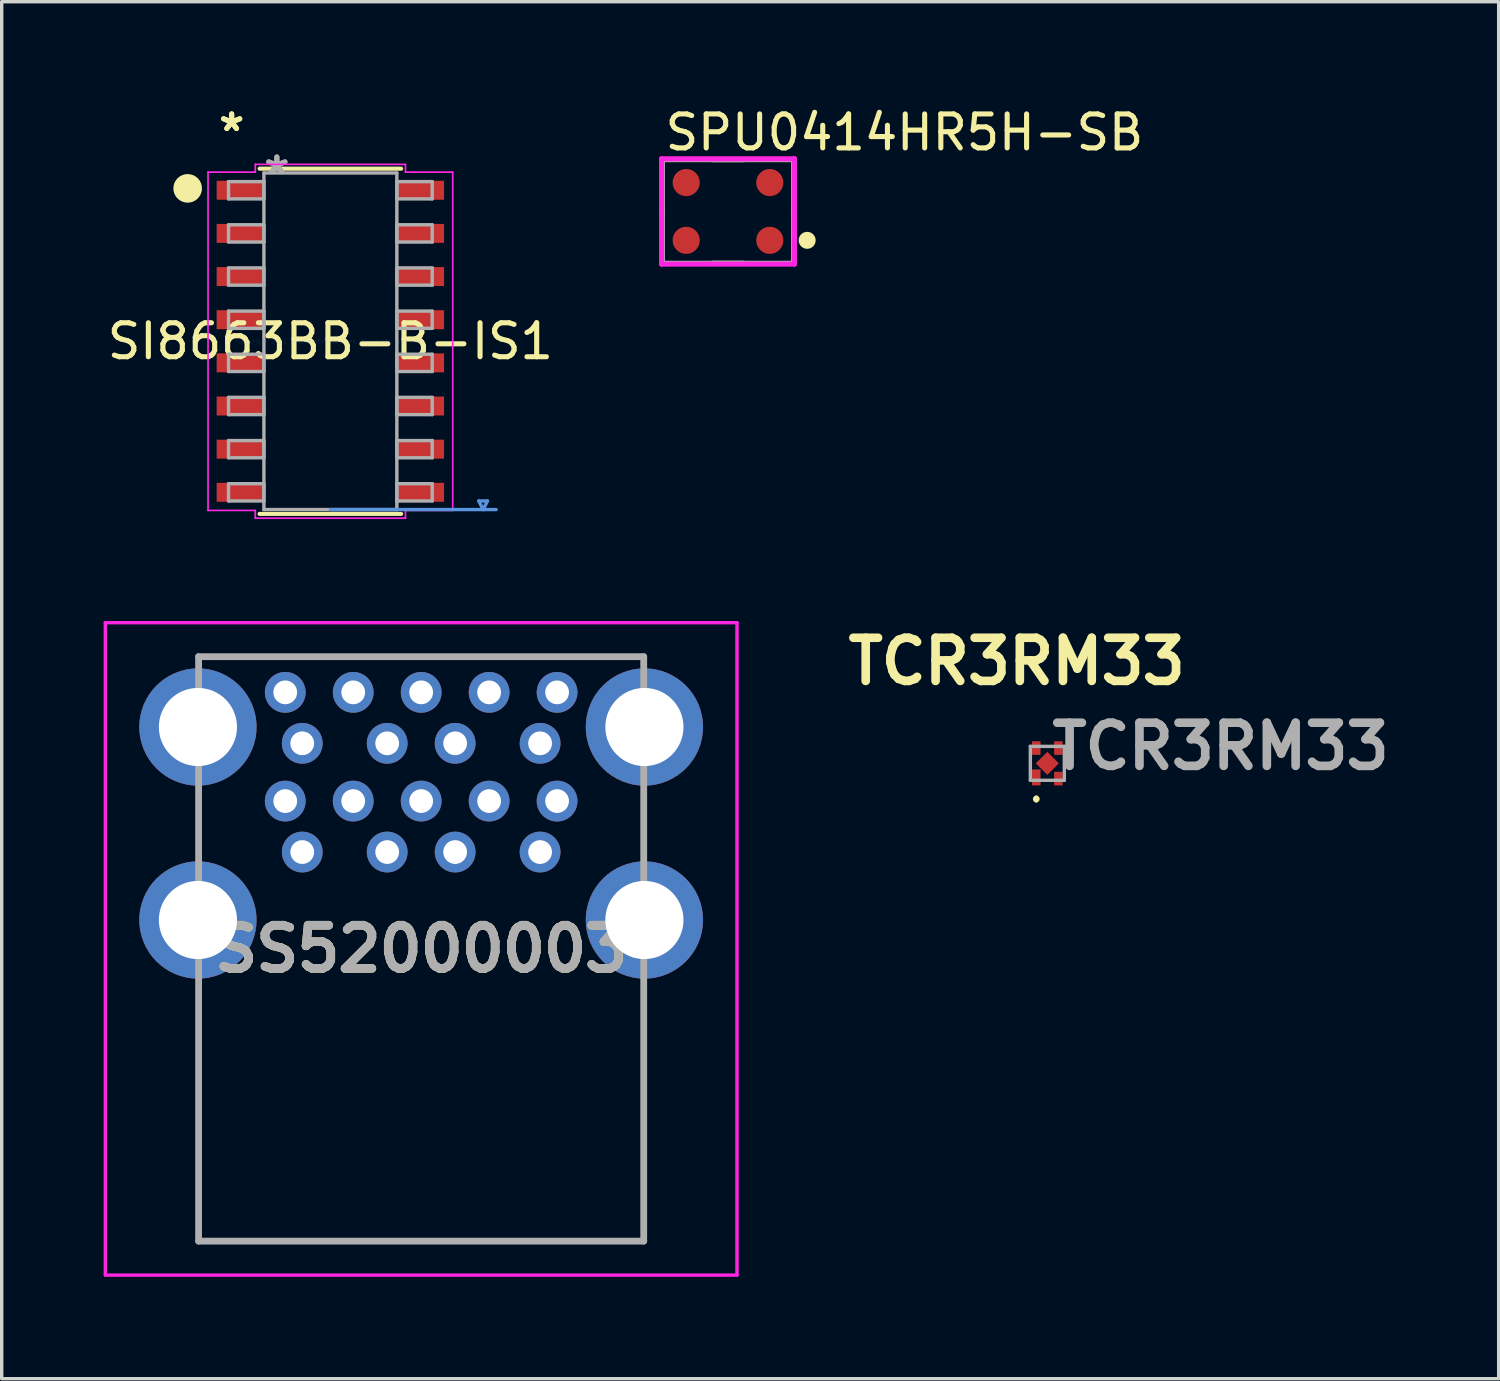
<source format=kicad_pcb>
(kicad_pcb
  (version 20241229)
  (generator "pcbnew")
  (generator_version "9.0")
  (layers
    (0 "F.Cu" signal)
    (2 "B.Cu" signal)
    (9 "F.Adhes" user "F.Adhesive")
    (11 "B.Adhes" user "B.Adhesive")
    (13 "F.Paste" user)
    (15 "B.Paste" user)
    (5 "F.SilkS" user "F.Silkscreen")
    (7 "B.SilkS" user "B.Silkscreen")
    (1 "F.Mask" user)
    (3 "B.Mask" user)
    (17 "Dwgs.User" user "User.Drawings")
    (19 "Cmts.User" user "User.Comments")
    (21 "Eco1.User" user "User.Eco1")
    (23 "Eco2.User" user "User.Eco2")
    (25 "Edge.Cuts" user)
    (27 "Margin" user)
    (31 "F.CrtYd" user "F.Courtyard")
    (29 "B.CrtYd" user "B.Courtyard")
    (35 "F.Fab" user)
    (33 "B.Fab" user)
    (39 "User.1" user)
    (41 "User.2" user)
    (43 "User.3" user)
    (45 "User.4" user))
  (footprint "TCR3RM33"
    (layer "F.Cu")
    (at 27.773 19.415)
    (property "Reference" "TCR3RM33" (at -0.9 -3 0) (layer "F.SilkS") (effects (font (size 1.27 1.27) (thickness 0.254))))
    (attr smd)
    (fp_line (start -0.325 1) (end -0.325 1) (stroke (width 0.1) (type solid)) (layer "F.SilkS"))
    (fp_line (start -0.325 1.1) (end -0.325 1.1) (stroke (width 0.1) (type solid)) (layer "F.SilkS"))
    (fp_arc (start -0.325 1) (mid -0.275 1.05) (end -0.325 1.1) (stroke (width 0.1) (type solid)) (layer "F.SilkS"))
    (fp_arc (start -0.325 1.1) (mid -0.375 1.05) (end -0.325 1) (stroke (width 0.1) (type solid)) (layer "F.SilkS"))
    (fp_line (start -0.5 -0.5) (end 0.5 -0.5) (stroke (width 0.1) (type solid)) (layer "F.Fab"))
    (fp_line (start -0.5 0.5) (end -0.5 -0.5) (stroke (width 0.1) (type solid)) (layer "F.Fab"))
    (fp_line (start 0.5 -0.5) (end 0.5 0.5) (stroke (width 0.1) (type solid)) (layer "F.Fab"))
    (fp_line (start 0.5 0.5) (end -0.5 0.5) (stroke (width 0.1) (type solid)) (layer "F.Fab"))
    (fp_text user "${REFERENCE}" (at 5.1 -0.5 0) (layer "F.Fab") (effects (font (size 1.27 1.27) (thickness 0.254))))
    (pad "1" smd rect (at -0.325 0.415) (size 0.25 0.47) (layers "F.Cu" "F.Mask" "F.Paste"))
    (pad "2" smd rect (at 0.325 0.45) (size 0.25 0.4) (layers "F.Cu" "F.Mask" "F.Paste"))
    (pad "3" smd rect (at 0.325 -0.45) (size 0.25 0.4) (layers "F.Cu" "F.Mask" "F.Paste"))
    (pad "4" smd rect (at -0.325 -0.45) (size 0.25 0.4) (layers "F.Cu" "F.Mask" "F.Paste"))
    (pad "5" smd rect (at 0 0 135) (size 0.48 0.48) (layers "F.Cu" "F.Mask" "F.Paste")))
  (footprint "SI8663BB-B-IS1"
    (layer "F.Cu")
    (at 6.673 6.994)
    (property "Reference" "SI8663BB-B-IS1" (at 0 0 0) (layer "F.SilkS") (effects (font (size 1 1) (thickness 0.15))))
    (attr through_hole)
    (fp_line (start -2.083 5.08) (end 2.083 5.08) (stroke (width 0.12) (type solid)) (layer "F.SilkS"))
    (fp_line (start 2.083 -5.08) (end -2.083 -5.08) (stroke (width 0.12) (type solid)) (layer "F.SilkS"))
    (fp_circle (center -4.2 -4.5) (end -3.839 -4.5) (stroke (width 0.12) (type solid)) (fill yes) (layer "F.SilkS"))
    (fp_line (start 0 4.953) (end 4.877 4.953) (stroke (width 0.1) (type solid)) (layer "Cmts.User"))
    (fp_line (start 4.369 4.699) (end 4.623 4.699) (stroke (width 0.1) (type solid)) (layer "Cmts.User"))
    (fp_line (start 4.496 4.953) (end 4.369 4.699) (stroke (width 0.1) (type solid)) (layer "Cmts.User"))
    (fp_line (start 4.496 4.953) (end 4.623 4.699) (stroke (width 0.1) (type solid)) (layer "Cmts.User"))
    (fp_line (start -3.601 -4.978) (end -2.21 -4.978) (stroke (width 0.05) (type solid)) (layer "F.CrtYd"))
    (fp_line (start -3.601 4.978) (end -3.601 -4.978) (stroke (width 0.05) (type solid)) (layer "F.CrtYd"))
    (fp_line (start -2.21 -5.207) (end 2.21 -5.207) (stroke (width 0.05) (type solid)) (layer "F.CrtYd"))
    (fp_line (start -2.21 -4.978) (end -2.21 -5.207) (stroke (width 0.05) (type solid)) (layer "F.CrtYd"))
    (fp_line (start -2.21 4.978) (end -3.601 4.978) (stroke (width 0.05) (type solid)) (layer "F.CrtYd"))
    (fp_line (start -2.21 5.207) (end -2.21 4.978) (stroke (width 0.05) (type solid)) (layer "F.CrtYd"))
    (fp_line (start 2.21 -5.207) (end 2.21 -4.978) (stroke (width 0.05) (type solid)) (layer "F.CrtYd"))
    (fp_line (start 2.21 4.978) (end 2.21 5.207) (stroke (width 0.05) (type solid)) (layer "F.CrtYd"))
    (fp_line (start 2.21 5.207) (end -2.21 5.207) (stroke (width 0.05) (type solid)) (layer "F.CrtYd"))
    (fp_line (start 3.601 -4.978) (end 2.21 -4.978) (stroke (width 0.05) (type solid)) (layer "F.CrtYd"))
    (fp_line (start 3.601 -4.978) (end 3.601 4.978) (stroke (width 0.05) (type solid)) (layer "F.CrtYd"))
    (fp_line (start 3.601 4.978) (end 2.21 4.978) (stroke (width 0.05) (type solid)) (layer "F.CrtYd"))
    (fp_line (start -2.997 -4.699) (end -2.997 -4.191) (stroke (width 0.1) (type solid)) (layer "F.Fab"))
    (fp_line (start -2.997 -4.191) (end -1.956 -4.191) (stroke (width 0.1) (type solid)) (layer "F.Fab"))
    (fp_line (start -2.997 -3.429) (end -2.997 -2.921) (stroke (width 0.1) (type solid)) (layer "F.Fab"))
    (fp_line (start -2.997 -2.921) (end -1.956 -2.921) (stroke (width 0.1) (type solid)) (layer "F.Fab"))
    (fp_line (start -2.997 -2.159) (end -2.997 -1.651) (stroke (width 0.1) (type solid)) (layer "F.Fab"))
    (fp_line (start -2.997 -1.651) (end -1.956 -1.651) (stroke (width 0.1) (type solid)) (layer "F.Fab"))
    (fp_line (start -2.997 -0.889) (end -2.997 -0.381) (stroke (width 0.1) (type solid)) (layer "F.Fab"))
    (fp_line (start -2.997 -0.381) (end -1.956 -0.381) (stroke (width 0.1) (type solid)) (layer "F.Fab"))
    (fp_line (start -2.997 0.381) (end -2.997 0.889) (stroke (width 0.1) (type solid)) (layer "F.Fab"))
    (fp_line (start -2.997 0.889) (end -1.956 0.889) (stroke (width 0.1) (type solid)) (layer "F.Fab"))
    (fp_line (start -2.997 1.651) (end -2.997 2.159) (stroke (width 0.1) (type solid)) (layer "F.Fab"))
    (fp_line (start -2.997 2.159) (end -1.956 2.159) (stroke (width 0.1) (type solid)) (layer "F.Fab"))
    (fp_line (start -2.997 2.921) (end -2.997 3.429) (stroke (width 0.1) (type solid)) (layer "F.Fab"))
    (fp_line (start -2.997 3.429) (end -1.956 3.429) (stroke (width 0.1) (type solid)) (layer "F.Fab"))
    (fp_line (start -2.997 4.191) (end -2.997 4.699) (stroke (width 0.1) (type solid)) (layer "F.Fab"))
    (fp_line (start -2.997 4.699) (end -1.956 4.699) (stroke (width 0.1) (type solid)) (layer "F.Fab"))
    (fp_line (start -1.956 -4.953) (end -1.956 4.953) (stroke (width 0.1) (type solid)) (layer "F.Fab"))
    (fp_line (start -1.956 -4.699) (end -2.997 -4.699) (stroke (width 0.1) (type solid)) (layer "F.Fab"))
    (fp_line (start -1.956 -4.191) (end -1.956 -4.699) (stroke (width 0.1) (type solid)) (layer "F.Fab"))
    (fp_line (start -1.956 -3.429) (end -2.997 -3.429) (stroke (width 0.1) (type solid)) (layer "F.Fab"))
    (fp_line (start -1.956 -2.921) (end -1.956 -3.429) (stroke (width 0.1) (type solid)) (layer "F.Fab"))
    (fp_line (start -1.956 -2.159) (end -2.997 -2.159) (stroke (width 0.1) (type solid)) (layer "F.Fab"))
    (fp_line (start -1.956 -1.651) (end -1.956 -2.159) (stroke (width 0.1) (type solid)) (layer "F.Fab"))
    (fp_line (start -1.956 -0.889) (end -2.997 -0.889) (stroke (width 0.1) (type solid)) (layer "F.Fab"))
    (fp_line (start -1.956 -0.381) (end -1.956 -0.889) (stroke (width 0.1) (type solid)) (layer "F.Fab"))
    (fp_line (start -1.956 0.381) (end -2.997 0.381) (stroke (width 0.1) (type solid)) (layer "F.Fab"))
    (fp_line (start -1.956 0.889) (end -1.956 0.381) (stroke (width 0.1) (type solid)) (layer "F.Fab"))
    (fp_line (start -1.956 1.651) (end -2.997 1.651) (stroke (width 0.1) (type solid)) (layer "F.Fab"))
    (fp_line (start -1.956 2.159) (end -1.956 1.651) (stroke (width 0.1) (type solid)) (layer "F.Fab"))
    (fp_line (start -1.956 2.921) (end -2.997 2.921) (stroke (width 0.1) (type solid)) (layer "F.Fab"))
    (fp_line (start -1.956 3.429) (end -1.956 2.921) (stroke (width 0.1) (type solid)) (layer "F.Fab"))
    (fp_line (start -1.956 4.191) (end -2.997 4.191) (stroke (width 0.1) (type solid)) (layer "F.Fab"))
    (fp_line (start -1.956 4.699) (end -1.956 4.191) (stroke (width 0.1) (type solid)) (layer "F.Fab"))
    (fp_line (start -1.956 4.953) (end 1.956 4.953) (stroke (width 0.1) (type solid)) (layer "F.Fab"))
    (fp_line (start 1.956 -4.953) (end -1.956 -4.953) (stroke (width 0.1) (type solid)) (layer "F.Fab"))
    (fp_line (start 1.956 -4.699) (end 1.956 -4.191) (stroke (width 0.1) (type solid)) (layer "F.Fab"))
    (fp_line (start 1.956 -4.191) (end 2.997 -4.191) (stroke (width 0.1) (type solid)) (layer "F.Fab"))
    (fp_line (start 1.956 -3.429) (end 1.956 -2.921) (stroke (width 0.1) (type solid)) (layer "F.Fab"))
    (fp_line (start 1.956 -2.921) (end 2.997 -2.921) (stroke (width 0.1) (type solid)) (layer "F.Fab"))
    (fp_line (start 1.956 -2.159) (end 1.956 -1.651) (stroke (width 0.1) (type solid)) (layer "F.Fab"))
    (fp_line (start 1.956 -1.651) (end 2.997 -1.651) (stroke (width 0.1) (type solid)) (layer "F.Fab"))
    (fp_line (start 1.956 -0.889) (end 1.956 -0.381) (stroke (width 0.1) (type solid)) (layer "F.Fab"))
    (fp_line (start 1.956 -0.381) (end 2.997 -0.381) (stroke (width 0.1) (type solid)) (layer "F.Fab"))
    (fp_line (start 1.956 0.381) (end 1.956 0.889) (stroke (width 0.1) (type solid)) (layer "F.Fab"))
    (fp_line (start 1.956 0.889) (end 2.997 0.889) (stroke (width 0.1) (type solid)) (layer "F.Fab"))
    (fp_line (start 1.956 1.651) (end 1.956 2.159) (stroke (width 0.1) (type solid)) (layer "F.Fab"))
    (fp_line (start 1.956 2.159) (end 2.997 2.159) (stroke (width 0.1) (type solid)) (layer "F.Fab"))
    (fp_line (start 1.956 2.921) (end 1.956 3.429) (stroke (width 0.1) (type solid)) (layer "F.Fab"))
    (fp_line (start 1.956 3.429) (end 2.997 3.429) (stroke (width 0.1) (type solid)) (layer "F.Fab"))
    (fp_line (start 1.956 4.191) (end 1.956 4.699) (stroke (width 0.1) (type solid)) (layer "F.Fab"))
    (fp_line (start 1.956 4.699) (end 2.997 4.699) (stroke (width 0.1) (type solid)) (layer "F.Fab"))
    (fp_line (start 1.956 4.953) (end 1.956 -4.953) (stroke (width 0.1) (type solid)) (layer "F.Fab"))
    (fp_line (start 2.997 -4.699) (end 1.956 -4.699) (stroke (width 0.1) (type solid)) (layer "F.Fab"))
    (fp_line (start 2.997 -4.191) (end 2.997 -4.699) (stroke (width 0.1) (type solid)) (layer "F.Fab"))
    (fp_line (start 2.997 -3.429) (end 1.956 -3.429) (stroke (width 0.1) (type solid)) (layer "F.Fab"))
    (fp_line (start 2.997 -2.921) (end 2.997 -3.429) (stroke (width 0.1) (type solid)) (layer "F.Fab"))
    (fp_line (start 2.997 -2.159) (end 1.956 -2.159) (stroke (width 0.1) (type solid)) (layer "F.Fab"))
    (fp_line (start 2.997 -1.651) (end 2.997 -2.159) (stroke (width 0.1) (type solid)) (layer "F.Fab"))
    (fp_line (start 2.997 -0.889) (end 1.956 -0.889) (stroke (width 0.1) (type solid)) (layer "F.Fab"))
    (fp_line (start 2.997 -0.381) (end 2.997 -0.889) (stroke (width 0.1) (type solid)) (layer "F.Fab"))
    (fp_line (start 2.997 0.381) (end 1.956 0.381) (stroke (width 0.1) (type solid)) (layer "F.Fab"))
    (fp_line (start 2.997 0.889) (end 2.997 0.381) (stroke (width 0.1) (type solid)) (layer "F.Fab"))
    (fp_line (start 2.997 1.651) (end 1.956 1.651) (stroke (width 0.1) (type solid)) (layer "F.Fab"))
    (fp_line (start 2.997 2.159) (end 2.997 1.651) (stroke (width 0.1) (type solid)) (layer "F.Fab"))
    (fp_line (start 2.997 2.921) (end 1.956 2.921) (stroke (width 0.1) (type solid)) (layer "F.Fab"))
    (fp_line (start 2.997 3.429) (end 2.997 2.921) (stroke (width 0.1) (type solid)) (layer "F.Fab"))
    (fp_line (start 2.997 4.191) (end 1.956 4.191) (stroke (width 0.1) (type solid)) (layer "F.Fab"))
    (fp_line (start 2.997 4.699) (end 2.997 4.191) (stroke (width 0.1) (type solid)) (layer "F.Fab"))
    (fp_text user "*" (at -2.905 -6.146 0) (layer "F.SilkS") (effects (font (size 1 1) (thickness 0.15))))
    (fp_text user "*" (at -2.905 -6.146 0) (layer "F.SilkS") (effects (font (size 1 1) (thickness 0.15))))
    (fp_text user "Copyright 2021 Accelerated Designs. All rights reserved." (at 0 0 0) (layer "Cmts.User") (effects (font (size 0.127 0.127) (thickness 0.002))))
    (fp_text user "*" (at -1.575 -4.877 0) (layer "F.Fab") (effects (font (size 1 1) (thickness 0.15))))
    (fp_text user "*" (at -1.575 -4.877 0) (layer "F.Fab") (effects (font (size 1 1) (thickness 0.15))))
    (pad "1" smd rect (at -2.651 -4.445) (size 1.391 0.558) (layers "F.Cu" "F.Mask" "F.Paste"))
    (pad "2" smd rect (at -2.651 -3.175) (size 1.391 0.558) (layers "F.Cu" "F.Mask" "F.Paste"))
    (pad "3" smd rect (at -2.651 -1.905) (size 1.391 0.558) (layers "F.Cu" "F.Mask" "F.Paste"))
    (pad "4" smd rect (at -2.651 -0.635) (size 1.391 0.558) (layers "F.Cu" "F.Mask" "F.Paste"))
    (pad "5" smd rect (at -2.651 0.635) (size 1.391 0.558) (layers "F.Cu" "F.Mask" "F.Paste"))
    (pad "6" smd rect (at -2.651 1.905) (size 1.391 0.558) (layers "F.Cu" "F.Mask" "F.Paste"))
    (pad "7" smd rect (at -2.651 3.175) (size 1.391 0.558) (layers "F.Cu" "F.Mask" "F.Paste"))
    (pad "8" smd rect (at -2.651 4.445) (size 1.391 0.558) (layers "F.Cu" "F.Mask" "F.Paste"))
    (pad "9" smd rect (at 2.651 4.445) (size 1.391 0.558) (layers "F.Cu" "F.Mask" "F.Paste"))
    (pad "10" smd rect (at 2.651 3.175) (size 1.391 0.558) (layers "F.Cu" "F.Mask" "F.Paste"))
    (pad "11" smd rect (at 2.651 1.905) (size 1.391 0.558) (layers "F.Cu" "F.Mask" "F.Paste"))
    (pad "12" smd rect (at 2.651 0.635) (size 1.391 0.558) (layers "F.Cu" "F.Mask" "F.Paste"))
    (pad "13" smd rect (at 2.651 -0.635) (size 1.391 0.558) (layers "F.Cu" "F.Mask" "F.Paste"))
    (pad "14" smd rect (at 2.651 -1.905) (size 1.391 0.558) (layers "F.Cu" "F.Mask" "F.Paste"))
    (pad "15" smd rect (at 2.651 -3.175) (size 1.391 0.558) (layers "F.Cu" "F.Mask" "F.Paste"))
    (pad "16" smd rect (at 2.651 -4.445) (size 1.391 0.558) (layers "F.Cu" "F.Mask" "F.Paste")))
  (footprint "SS52000003"
    (layer "F.Cu")
    (at 5.345 17.326)
    (property "Reference" "SS52000003" (at 4 7.55 0) (layer "F.SilkS") (effects (font (size 1.27 1.27) (thickness 0.254))))
    (attr through_hole)
    (fp_line (start -2.55 8.75) (end -2.55 16.15) (stroke (width 0.1) (type solid)) (layer "F.SilkS"))
    (fp_line (start -2.55 16.15) (end 10.55 16.15) (stroke (width 0.1) (type solid)) (layer "F.SilkS"))
    (fp_line (start -2.37 -1.05) (end 10.43 -1.05) (stroke (width 0.1) (type solid)) (layer "F.SilkS"))
    (fp_line (start 10.55 16.15) (end 10.55 8.75) (stroke (width 0.1) (type solid)) (layer "F.SilkS"))
    (fp_line (start -5.295 -2.05) (end 13.295 -2.05) (stroke (width 0.1) (type solid)) (layer "F.CrtYd"))
    (fp_line (start -5.295 17.15) (end -5.295 -2.05) (stroke (width 0.1) (type solid)) (layer "F.CrtYd"))
    (fp_line (start 13.295 -2.05) (end 13.295 17.15) (stroke (width 0.1) (type solid)) (layer "F.CrtYd"))
    (fp_line (start 13.295 17.15) (end -5.295 17.15) (stroke (width 0.1) (type solid)) (layer "F.CrtYd"))
    (fp_line (start -2.55 -1.05) (end 10.55 -1.05) (stroke (width 0.2) (type solid)) (layer "F.Fab"))
    (fp_line (start -2.55 16.15) (end -2.55 -1.05) (stroke (width 0.2) (type solid)) (layer "F.Fab"))
    (fp_line (start 10.55 -1.05) (end 10.55 16.15) (stroke (width 0.2) (type solid)) (layer "F.Fab"))
    (fp_line (start 10.55 16.15) (end -2.55 16.15) (stroke (width 0.2) (type solid)) (layer "F.Fab"))
    (fp_text user "${REFERENCE}" (at 4 7.55 0) (layer "F.Fab") (effects (font (size 1.27 1.27) (thickness 0.254))))
    (pad "1" thru_hole circle (at 0 0) (size 1.2 1.2) (drill 0.7) (layers "*.Cu" "*.Mask"))
    (pad "2" thru_hole circle (at 2 0) (size 1.2 1.2) (drill 0.7) (layers "*.Cu" "*.Mask"))
    (pad "3" thru_hole circle (at 4 0) (size 1.2 1.2) (drill 0.7) (layers "*.Cu" "*.Mask"))
    (pad "4" thru_hole circle (at 6 0) (size 1.2 1.2) (drill 0.7) (layers "*.Cu" "*.Mask"))
    (pad "5" thru_hole circle (at 8 0) (size 1.2 1.2) (drill 0.7) (layers "*.Cu" "*.Mask"))
    (pad "6" thru_hole circle (at 0.5 1.5) (size 1.2 1.2) (drill 0.7) (layers "*.Cu" "*.Mask"))
    (pad "7" thru_hole circle (at 3 1.5) (size 1.2 1.2) (drill 0.7) (layers "*.Cu" "*.Mask"))
    (pad "8" thru_hole circle (at 5 1.5) (size 1.2 1.2) (drill 0.7) (layers "*.Cu" "*.Mask"))
    (pad "9" thru_hole circle (at 7.5 1.5) (size 1.2 1.2) (drill 0.7) (layers "*.Cu" "*.Mask"))
    (pad "10" thru_hole circle (at -2.57 1.02) (size 3.45 3.45) (drill 2.3) (layers "*.Cu" "*.Mask"))
    (pad "10" thru_hole circle (at -2.57 6.7) (size 3.45 3.45) (drill 2.3) (layers "*.Cu" "*.Mask"))
    (pad "10" thru_hole circle (at 0 3.2) (size 1.2 1.2) (drill 0.7) (layers "*.Cu" "*.Mask"))
    (pad "10" thru_hole circle (at 10.57 1.02) (size 3.45 3.45) (drill 2.3) (layers "*.Cu" "*.Mask"))
    (pad "10" thru_hole circle (at 10.57 6.7) (size 3.45 3.45) (drill 2.3) (layers "*.Cu" "*.Mask"))
    (pad "11" thru_hole circle (at 2 3.2) (size 1.2 1.2) (drill 0.7) (layers "*.Cu" "*.Mask"))
    (pad "12" thru_hole circle (at 4 3.2) (size 1.2 1.2) (drill 0.7) (layers "*.Cu" "*.Mask"))
    (pad "13" thru_hole circle (at 6 3.2) (size 1.2 1.2) (drill 0.7) (layers "*.Cu" "*.Mask"))
    (pad "14" thru_hole circle (at 8 3.2) (size 1.2 1.2) (drill 0.7) (layers "*.Cu" "*.Mask"))
    (pad "15" thru_hole circle (at 0.5 4.7) (size 1.2 1.2) (drill 0.7) (layers "*.Cu" "*.Mask"))
    (pad "16" thru_hole circle (at 3 4.7) (size 1.2 1.2) (drill 0.7) (layers "*.Cu" "*.Mask"))
    (pad "17" thru_hole circle (at 5 4.7) (size 1.2 1.2) (drill 0.7) (layers "*.Cu" "*.Mask"))
    (pad "18" thru_hole circle (at 7.5 4.7) (size 1.2 1.2) (drill 0.7) (layers "*.Cu" "*.Mask")))
  (footprint "SPU0414HR5H-SB"
    (layer "F.Cu")
    (at 18.375 3.173)
    (property "Reference" "SPU0414HR5H-SB" (at -1.93 -2.325 0) (layer "F.SilkS") (effects (font (size 1 1) (thickness 0.15)) (justify left)))
    (attr through_hole)
    (fp_line (start -1.93 0.075) (end -1.93 -0.075) (stroke (width 0.15) (type solid)) (layer "F.SilkS"))
    (fp_line (start -0.455 -1.525) (end 0.455 -1.525) (stroke (width 0.15) (type solid)) (layer "F.SilkS"))
    (fp_line (start -0.455 1.525) (end 0.455 1.525) (stroke (width 0.15) (type solid)) (layer "F.SilkS"))
    (fp_line (start 1.93 0.075) (end 1.93 -0.075) (stroke (width 0.15) (type solid)) (layer "F.SilkS"))
    (fp_circle (center 2.33 0.85) (end 2.455 0.85) (stroke (width 0.25) (type solid)) (fill no) (layer "F.SilkS"))
    (fp_line (start -1.955 -1.55) (end -1.955 1.55) (stroke (width 0.15) (type solid)) (layer "F.CrtYd"))
    (fp_line (start -1.955 1.55) (end 1.955 1.55) (stroke (width 0.15) (type solid)) (layer "F.CrtYd"))
    (fp_line (start 1.955 -1.55) (end -1.955 -1.55) (stroke (width 0.15) (type solid)) (layer "F.CrtYd"))
    (fp_line (start 1.955 -1.55) (end 1.955 -1.55) (stroke (width 0.15) (type solid)) (layer "F.CrtYd"))
    (fp_line (start 1.955 1.55) (end 1.955 -1.55) (stroke (width 0.15) (type solid)) (layer "F.CrtYd"))
    (fp_line (start -1.93 -1.525) (end 1.93 -1.525) (stroke (width 0.15) (type solid)) (layer "F.Fab"))
    (fp_line (start -1.93 1.525) (end -1.93 -1.525) (stroke (width 0.15) (type solid)) (layer "F.Fab"))
    (fp_line (start 1.93 -1.525) (end 1.93 1.525) (stroke (width 0.15) (type solid)) (layer "F.Fab"))
    (fp_line (start 1.93 1.525) (end -1.93 1.525) (stroke (width 0.15) (type solid)) (layer "F.Fab"))
    (pad "1" smd circle (at 1.23 0.85) (size 0.8 0.8) (layers "F.Cu" "F.Mask" "F.Paste"))
    (pad "2" smd circle (at -1.23 0.85) (size 0.8 0.8) (layers "F.Cu" "F.Mask" "F.Paste"))
    (pad "3" smd circle (at -1.23 -0.85) (size 0.8 0.8) (layers "F.Cu" "F.Mask" "F.Paste"))
    (pad "4" smd circle (at 1.23 -0.85) (size 0.8 0.8) (layers "F.Cu" "F.Mask" "F.Paste")))
  (gr_rect
    (start -3 -3)
    (end 41.056 37.526)
    (stroke (width 0.1) (type default))
    (fill no)
    (layer "Edge.Cuts")))
</source>
